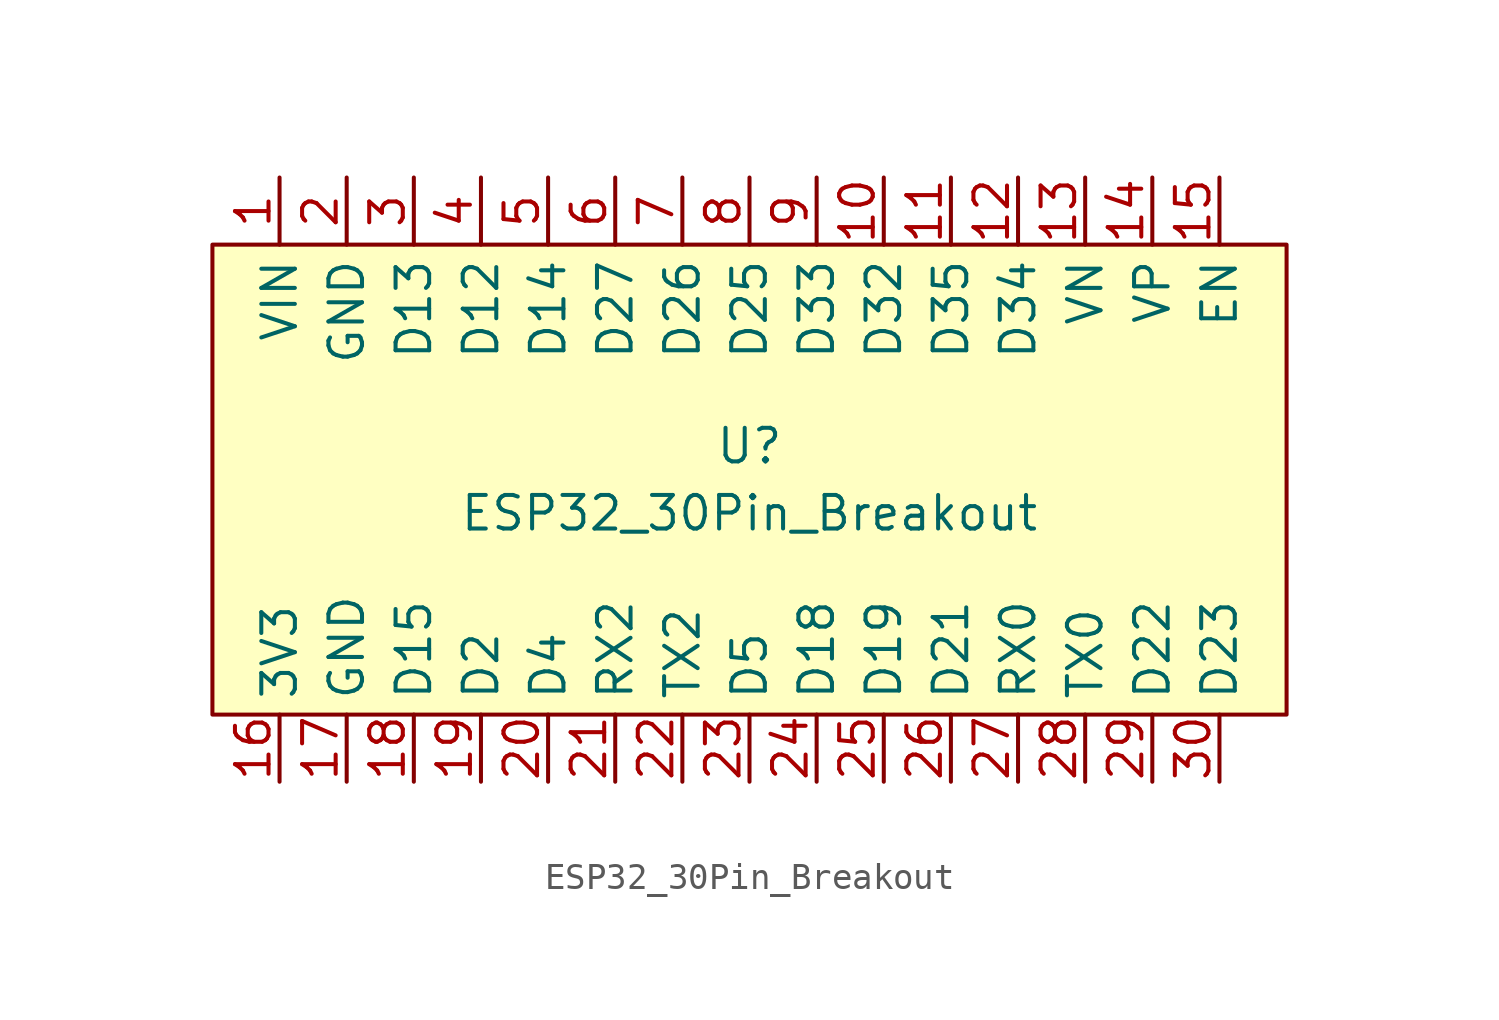
<source format=kicad_sym>
(kicad_symbol_lib
  (version 20211014)
  (generator kicad_symbol_editor)
  (symbol "ESP32_30Pin_Breakout"
    (property "Reference" "U"
      (at 0 0 0)
      (effects (font (size 1.27 1.27))))
    (property "Value" "ESP32_30Pin_Breakout"
      (at 0 -2.54 0)
      (effects (font (size 1.27 1.27))))
    (symbol "ESP32_30Pin_Breakout_0_1"
      (rectangle (start -20.32 7.62) (end 20.32 -10.16) (stroke (width 0) (type default) (color 0 0 0 0)) (fill (type background))))
    (symbol "ESP32_30Pin_Breakout_1_1"
      (pin input line (at -17.78 10.16 270) (length 2.54) (name "VIN" (effects (font (size 1.27 1.27)))) (number "1" (effects (font (size 1.27 1.27)))))
      (pin input line (at 5.08 10.16 270) (length 2.54) (name "D32" (effects (font (size 1.27 1.27)))) (number "10" (effects (font (size 1.27 1.27)))))
      (pin input line (at 7.62 10.16 270) (length 2.54) (name "D35" (effects (font (size 1.27 1.27)))) (number "11" (effects (font (size 1.27 1.27)))))
      (pin input line (at 10.16 10.16 270) (length 2.54) (name "D34" (effects (font (size 1.27 1.27)))) (number "12" (effects (font (size 1.27 1.27)))))
      (pin input line (at 12.7 10.16 270) (length 2.54) (name "VN" (effects (font (size 1.27 1.27)))) (number "13" (effects (font (size 1.27 1.27)))))
      (pin input line (at 15.24 10.16 270) (length 2.54) (name "VP" (effects (font (size 1.27 1.27)))) (number "14" (effects (font (size 1.27 1.27)))))
      (pin input line (at 17.78 10.16 270) (length 2.54) (name "EN" (effects (font (size 1.27 1.27)))) (number "15" (effects (font (size 1.27 1.27)))))
      (pin input line (at -17.78 -12.7 90) (length 2.54) (name "3V3" (effects (font (size 1.27 1.27)))) (number "16" (effects (font (size 1.27 1.27)))))
      (pin input line (at -15.24 -12.7 90) (length 2.54) (name "GND" (effects (font (size 1.27 1.27)))) (number "17" (effects (font (size 1.27 1.27)))))
      (pin input line (at -12.7 -12.7 90) (length 2.54) (name "D15" (effects (font (size 1.27 1.27)))) (number "18" (effects (font (size 1.27 1.27)))))
      (pin input line (at -10.16 -12.7 90) (length 2.54) (name "D2" (effects (font (size 1.27 1.27)))) (number "19" (effects (font (size 1.27 1.27)))))
      (pin input line (at -15.24 10.16 270) (length 2.54) (name "GND" (effects (font (size 1.27 1.27)))) (number "2" (effects (font (size 1.27 1.27)))))
      (pin input line (at -7.62 -12.7 90) (length 2.54) (name "D4" (effects (font (size 1.27 1.27)))) (number "20" (effects (font (size 1.27 1.27)))))
      (pin input line (at -5.08 -12.7 90) (length 2.54) (name "RX2" (effects (font (size 1.27 1.27)))) (number "21" (effects (font (size 1.27 1.27)))))
      (pin input line (at -2.54 -12.7 90) (length 2.54) (name "TX2" (effects (font (size 1.27 1.27)))) (number "22" (effects (font (size 1.27 1.27)))))
      (pin input line (at 0 -12.7 90) (length 2.54) (name "D5" (effects (font (size 1.27 1.27)))) (number "23" (effects (font (size 1.27 1.27)))))
      (pin input line (at 2.54 -12.7 90) (length 2.54) (name "D18" (effects (font (size 1.27 1.27)))) (number "24" (effects (font (size 1.27 1.27)))))
      (pin input line (at 5.08 -12.7 90) (length 2.54) (name "D19" (effects (font (size 1.27 1.27)))) (number "25" (effects (font (size 1.27 1.27)))))
      (pin input line (at 7.62 -12.7 90) (length 2.54) (name "D21" (effects (font (size 1.27 1.27)))) (number "26" (effects (font (size 1.27 1.27)))))
      (pin input line (at 10.16 -12.7 90) (length 2.54) (name "RX0" (effects (font (size 1.27 1.27)))) (number "27" (effects (font (size 1.27 1.27)))))
      (pin input line (at 12.7 -12.7 90) (length 2.54) (name "TX0" (effects (font (size 1.27 1.27)))) (number "28" (effects (font (size 1.27 1.27)))))
      (pin input line (at 15.24 -12.7 90) (length 2.54) (name "D22" (effects (font (size 1.27 1.27)))) (number "29" (effects (font (size 1.27 1.27)))))
      (pin input line (at -12.7 10.16 270) (length 2.54) (name "D13" (effects (font (size 1.27 1.27)))) (number "3" (effects (font (size 1.27 1.27)))))
      (pin input line (at 17.78 -12.7 90) (length 2.54) (name "D23" (effects (font (size 1.27 1.27)))) (number "30" (effects (font (size 1.27 1.27)))))
      (pin input line (at -10.16 10.16 270) (length 2.54) (name "D12" (effects (font (size 1.27 1.27)))) (number "4" (effects (font (size 1.27 1.27)))))
      (pin input line (at -7.62 10.16 270) (length 2.54) (name "D14" (effects (font (size 1.27 1.27)))) (number "5" (effects (font (size 1.27 1.27)))))
      (pin input line (at -5.08 10.16 270) (length 2.54) (name "D27" (effects (font (size 1.27 1.27)))) (number "6" (effects (font (size 1.27 1.27)))))
      (pin input line (at -2.54 10.16 270) (length 2.54) (name "D26" (effects (font (size 1.27 1.27)))) (number "7" (effects (font (size 1.27 1.27)))))
      (pin input line (at 0 10.16 270) (length 2.54) (name "D25" (effects (font (size 1.27 1.27)))) (number "8" (effects (font (size 1.27 1.27)))))
      (pin input line (at 2.54 10.16 270) (length 2.54) (name "D33" (effects (font (size 1.27 1.27)))) (number "9" (effects (font (size 1.27 1.27))))))))
</source>
